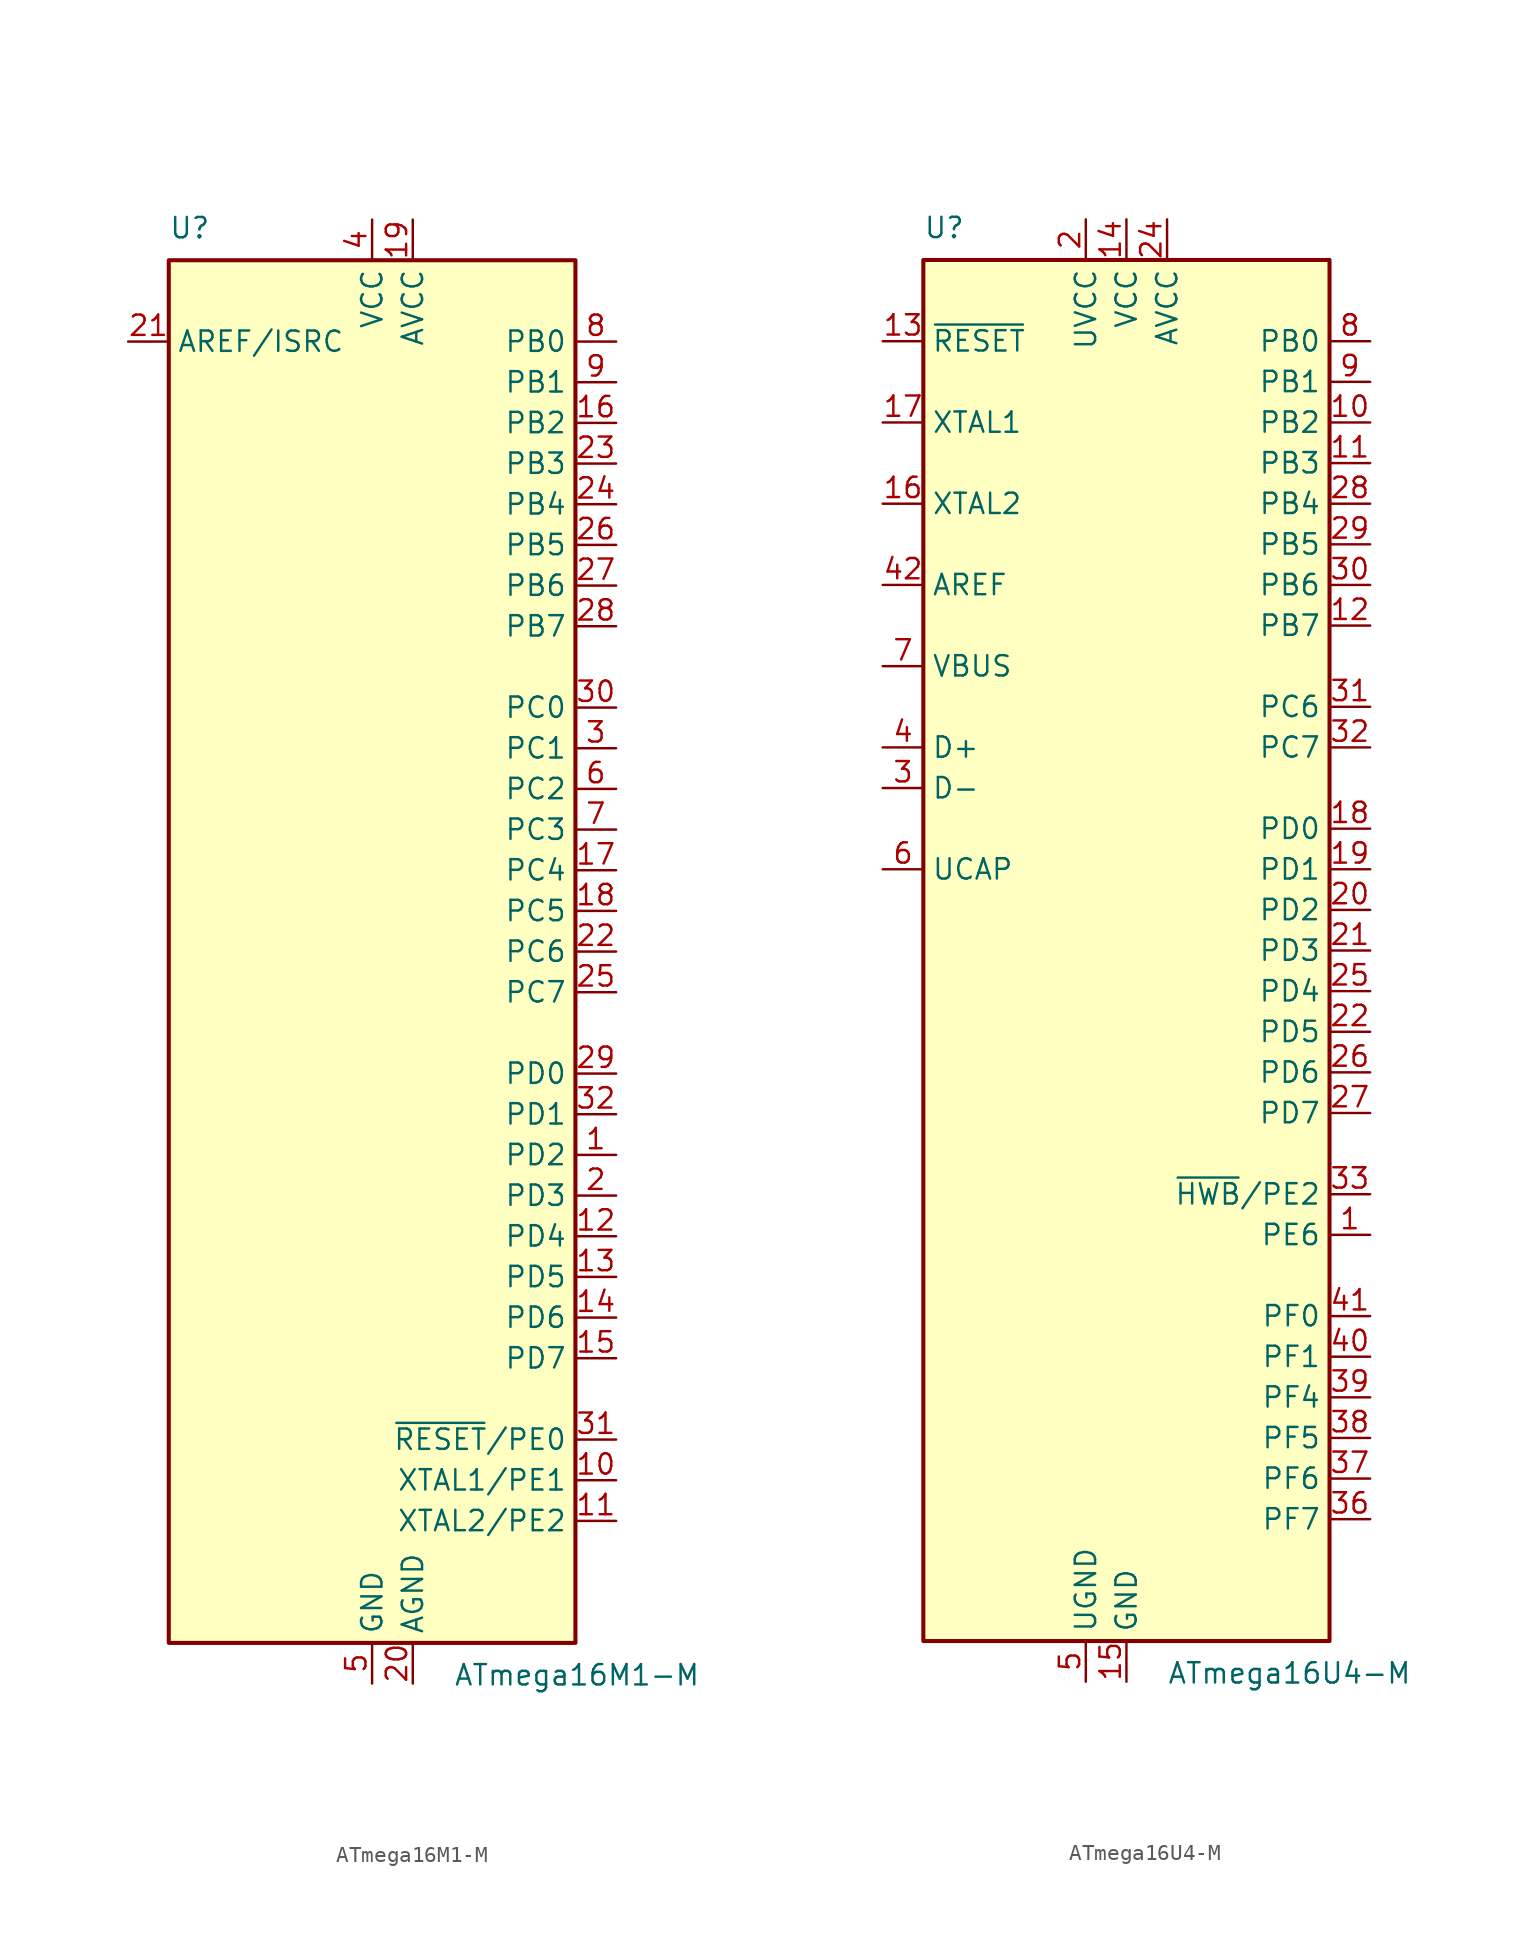
<source format=kicad_sym>
(kicad_symbol_lib
  (version 20211014)
  (generator kicad_symbol_editor)
  (symbol "ATmega16M1-M"
    (property "Reference" "U"
      (at -12.7 44.45 0)
      (effects (font (size 1.27 1.27)) (justify left bottom)))
    (property "Value" "ATmega16M1-M"
      (at 5.08 -44.45 0)
      (effects (font (size 1.27 1.27)) (justify left top)))
    (symbol "ATmega16M1-M_0_1"
      (rectangle (start -12.7 -43.18) (end 12.7 43.18) (stroke (width 0.254) (type default) (color 0 0 0 0)) (fill (type background))))
    (symbol "ATmega16M1-M_1_1"
      (pin bidirectional line (at 15.24 -12.7 180) (length 2.54) (name "PD2" (effects (font (size 1.27 1.27)))) (number "1" (effects (font (size 1.27 1.27)))))
      (pin bidirectional line (at 15.24 -33.02 180) (length 2.54) (name "XTAL1/PE1" (effects (font (size 1.27 1.27)))) (number "10" (effects (font (size 1.27 1.27)))))
      (pin bidirectional line (at 15.24 -35.56 180) (length 2.54) (name "XTAL2/PE2" (effects (font (size 1.27 1.27)))) (number "11" (effects (font (size 1.27 1.27)))))
      (pin bidirectional line (at 15.24 -17.78 180) (length 2.54) (name "PD4" (effects (font (size 1.27 1.27)))) (number "12" (effects (font (size 1.27 1.27)))))
      (pin bidirectional line (at 15.24 -20.32 180) (length 2.54) (name "PD5" (effects (font (size 1.27 1.27)))) (number "13" (effects (font (size 1.27 1.27)))))
      (pin bidirectional line (at 15.24 -22.86 180) (length 2.54) (name "PD6" (effects (font (size 1.27 1.27)))) (number "14" (effects (font (size 1.27 1.27)))))
      (pin bidirectional line (at 15.24 -25.4 180) (length 2.54) (name "PD7" (effects (font (size 1.27 1.27)))) (number "15" (effects (font (size 1.27 1.27)))))
      (pin bidirectional line (at 15.24 33.02 180) (length 2.54) (name "PB2" (effects (font (size 1.27 1.27)))) (number "16" (effects (font (size 1.27 1.27)))))
      (pin bidirectional line (at 15.24 5.08 180) (length 2.54) (name "PC4" (effects (font (size 1.27 1.27)))) (number "17" (effects (font (size 1.27 1.27)))))
      (pin bidirectional line (at 15.24 2.54 180) (length 2.54) (name "PC5" (effects (font (size 1.27 1.27)))) (number "18" (effects (font (size 1.27 1.27)))))
      (pin power_in line (at 2.54 45.72 270) (length 2.54) (name "AVCC" (effects (font (size 1.27 1.27)))) (number "19" (effects (font (size 1.27 1.27)))))
      (pin bidirectional line (at 15.24 -15.24 180) (length 2.54) (name "PD3" (effects (font (size 1.27 1.27)))) (number "2" (effects (font (size 1.27 1.27)))))
      (pin power_in line (at 2.54 -45.72 90) (length 2.54) (name "AGND" (effects (font (size 1.27 1.27)))) (number "20" (effects (font (size 1.27 1.27)))))
      (pin passive line (at -15.24 38.1 0) (length 2.54) (name "AREF/ISRC" (effects (font (size 1.27 1.27)))) (number "21" (effects (font (size 1.27 1.27)))))
      (pin bidirectional line (at 15.24 0 180) (length 2.54) (name "PC6" (effects (font (size 1.27 1.27)))) (number "22" (effects (font (size 1.27 1.27)))))
      (pin bidirectional line (at 15.24 30.48 180) (length 2.54) (name "PB3" (effects (font (size 1.27 1.27)))) (number "23" (effects (font (size 1.27 1.27)))))
      (pin bidirectional line (at 15.24 27.94 180) (length 2.54) (name "PB4" (effects (font (size 1.27 1.27)))) (number "24" (effects (font (size 1.27 1.27)))))
      (pin bidirectional line (at 15.24 -2.54 180) (length 2.54) (name "PC7" (effects (font (size 1.27 1.27)))) (number "25" (effects (font (size 1.27 1.27)))))
      (pin bidirectional line (at 15.24 25.4 180) (length 2.54) (name "PB5" (effects (font (size 1.27 1.27)))) (number "26" (effects (font (size 1.27 1.27)))))
      (pin bidirectional line (at 15.24 22.86 180) (length 2.54) (name "PB6" (effects (font (size 1.27 1.27)))) (number "27" (effects (font (size 1.27 1.27)))))
      (pin bidirectional line (at 15.24 20.32 180) (length 2.54) (name "PB7" (effects (font (size 1.27 1.27)))) (number "28" (effects (font (size 1.27 1.27)))))
      (pin bidirectional line (at 15.24 -7.62 180) (length 2.54) (name "PD0" (effects (font (size 1.27 1.27)))) (number "29" (effects (font (size 1.27 1.27)))))
      (pin bidirectional line (at 15.24 12.7 180) (length 2.54) (name "PC1" (effects (font (size 1.27 1.27)))) (number "3" (effects (font (size 1.27 1.27)))))
      (pin bidirectional line (at 15.24 15.24 180) (length 2.54) (name "PC0" (effects (font (size 1.27 1.27)))) (number "30" (effects (font (size 1.27 1.27)))))
      (pin bidirectional line (at 15.24 -30.48 180) (length 2.54) (name "~{RESET}/PE0" (effects (font (size 1.27 1.27)))) (number "31" (effects (font (size 1.27 1.27)))))
      (pin bidirectional line (at 15.24 -10.16 180) (length 2.54) (name "PD1" (effects (font (size 1.27 1.27)))) (number "32" (effects (font (size 1.27 1.27)))))
      (pin passive line (at 0 -45.72 90) (length 2.54) hide (name "GND" (effects (font (size 1.27 1.27)))) (number "33" (effects (font (size 1.27 1.27)))))
      (pin power_in line (at 0 45.72 270) (length 2.54) (name "VCC" (effects (font (size 1.27 1.27)))) (number "4" (effects (font (size 1.27 1.27)))))
      (pin power_in line (at 0 -45.72 90) (length 2.54) (name "GND" (effects (font (size 1.27 1.27)))) (number "5" (effects (font (size 1.27 1.27)))))
      (pin bidirectional line (at 15.24 10.16 180) (length 2.54) (name "PC2" (effects (font (size 1.27 1.27)))) (number "6" (effects (font (size 1.27 1.27)))))
      (pin bidirectional line (at 15.24 7.62 180) (length 2.54) (name "PC3" (effects (font (size 1.27 1.27)))) (number "7" (effects (font (size 1.27 1.27)))))
      (pin bidirectional line (at 15.24 38.1 180) (length 2.54) (name "PB0" (effects (font (size 1.27 1.27)))) (number "8" (effects (font (size 1.27 1.27)))))
      (pin bidirectional line (at 15.24 35.56 180) (length 2.54) (name "PB1" (effects (font (size 1.27 1.27)))) (number "9" (effects (font (size 1.27 1.27)))))))
  (symbol "ATmega16U4-M"
    (property "Reference" "U"
      (at -12.7 44.45 0)
      (effects (font (size 1.27 1.27)) (justify left bottom)))
    (property "Value" "ATmega16U4-M"
      (at 2.54 -44.45 0)
      (effects (font (size 1.27 1.27)) (justify left top)))
    (symbol "ATmega16U4-M_0_1"
      (rectangle (start -12.7 -43.18) (end 12.7 43.18) (stroke (width 0.254) (type default) (color 0 0 0 0)) (fill (type background))))
    (symbol "ATmega16U4-M_1_1"
      (pin bidirectional line (at 15.24 -17.78 180) (length 2.54) (name "PE6" (effects (font (size 1.27 1.27)))) (number "1" (effects (font (size 1.27 1.27)))))
      (pin bidirectional line (at 15.24 33.02 180) (length 2.54) (name "PB2" (effects (font (size 1.27 1.27)))) (number "10" (effects (font (size 1.27 1.27)))))
      (pin bidirectional line (at 15.24 30.48 180) (length 2.54) (name "PB3" (effects (font (size 1.27 1.27)))) (number "11" (effects (font (size 1.27 1.27)))))
      (pin bidirectional line (at 15.24 20.32 180) (length 2.54) (name "PB7" (effects (font (size 1.27 1.27)))) (number "12" (effects (font (size 1.27 1.27)))))
      (pin input line (at -15.24 38.1 0) (length 2.54) (name "~{RESET}" (effects (font (size 1.27 1.27)))) (number "13" (effects (font (size 1.27 1.27)))))
      (pin power_in line (at 0 45.72 270) (length 2.54) (name "VCC" (effects (font (size 1.27 1.27)))) (number "14" (effects (font (size 1.27 1.27)))))
      (pin power_in line (at 0 -45.72 90) (length 2.54) (name "GND" (effects (font (size 1.27 1.27)))) (number "15" (effects (font (size 1.27 1.27)))))
      (pin output line (at -15.24 27.94 0) (length 2.54) (name "XTAL2" (effects (font (size 1.27 1.27)))) (number "16" (effects (font (size 1.27 1.27)))))
      (pin input line (at -15.24 33.02 0) (length 2.54) (name "XTAL1" (effects (font (size 1.27 1.27)))) (number "17" (effects (font (size 1.27 1.27)))))
      (pin bidirectional line (at 15.24 7.62 180) (length 2.54) (name "PD0" (effects (font (size 1.27 1.27)))) (number "18" (effects (font (size 1.27 1.27)))))
      (pin bidirectional line (at 15.24 5.08 180) (length 2.54) (name "PD1" (effects (font (size 1.27 1.27)))) (number "19" (effects (font (size 1.27 1.27)))))
      (pin power_in line (at -2.54 45.72 270) (length 2.54) (name "UVCC" (effects (font (size 1.27 1.27)))) (number "2" (effects (font (size 1.27 1.27)))))
      (pin bidirectional line (at 15.24 2.54 180) (length 2.54) (name "PD2" (effects (font (size 1.27 1.27)))) (number "20" (effects (font (size 1.27 1.27)))))
      (pin bidirectional line (at 15.24 0 180) (length 2.54) (name "PD3" (effects (font (size 1.27 1.27)))) (number "21" (effects (font (size 1.27 1.27)))))
      (pin bidirectional line (at 15.24 -5.08 180) (length 2.54) (name "PD5" (effects (font (size 1.27 1.27)))) (number "22" (effects (font (size 1.27 1.27)))))
      (pin passive line (at 0 -45.72 90) (length 2.54) hide (name "GND" (effects (font (size 1.27 1.27)))) (number "23" (effects (font (size 1.27 1.27)))))
      (pin power_in line (at 2.54 45.72 270) (length 2.54) (name "AVCC" (effects (font (size 1.27 1.27)))) (number "24" (effects (font (size 1.27 1.27)))))
      (pin bidirectional line (at 15.24 -2.54 180) (length 2.54) (name "PD4" (effects (font (size 1.27 1.27)))) (number "25" (effects (font (size 1.27 1.27)))))
      (pin bidirectional line (at 15.24 -7.62 180) (length 2.54) (name "PD6" (effects (font (size 1.27 1.27)))) (number "26" (effects (font (size 1.27 1.27)))))
      (pin bidirectional line (at 15.24 -10.16 180) (length 2.54) (name "PD7" (effects (font (size 1.27 1.27)))) (number "27" (effects (font (size 1.27 1.27)))))
      (pin bidirectional line (at 15.24 27.94 180) (length 2.54) (name "PB4" (effects (font (size 1.27 1.27)))) (number "28" (effects (font (size 1.27 1.27)))))
      (pin bidirectional line (at 15.24 25.4 180) (length 2.54) (name "PB5" (effects (font (size 1.27 1.27)))) (number "29" (effects (font (size 1.27 1.27)))))
      (pin bidirectional line (at -15.24 10.16 0) (length 2.54) (name "D-" (effects (font (size 1.27 1.27)))) (number "3" (effects (font (size 1.27 1.27)))))
      (pin bidirectional line (at 15.24 22.86 180) (length 2.54) (name "PB6" (effects (font (size 1.27 1.27)))) (number "30" (effects (font (size 1.27 1.27)))))
      (pin bidirectional line (at 15.24 15.24 180) (length 2.54) (name "PC6" (effects (font (size 1.27 1.27)))) (number "31" (effects (font (size 1.27 1.27)))))
      (pin bidirectional line (at 15.24 12.7 180) (length 2.54) (name "PC7" (effects (font (size 1.27 1.27)))) (number "32" (effects (font (size 1.27 1.27)))))
      (pin bidirectional line (at 15.24 -15.24 180) (length 2.54) (name "~{HWB}/PE2" (effects (font (size 1.27 1.27)))) (number "33" (effects (font (size 1.27 1.27)))))
      (pin passive line (at 0 45.72 270) (length 2.54) hide (name "VCC" (effects (font (size 1.27 1.27)))) (number "34" (effects (font (size 1.27 1.27)))))
      (pin passive line (at 0 -45.72 90) (length 2.54) hide (name "GND" (effects (font (size 1.27 1.27)))) (number "35" (effects (font (size 1.27 1.27)))))
      (pin bidirectional line (at 15.24 -35.56 180) (length 2.54) (name "PF7" (effects (font (size 1.27 1.27)))) (number "36" (effects (font (size 1.27 1.27)))))
      (pin bidirectional line (at 15.24 -33.02 180) (length 2.54) (name "PF6" (effects (font (size 1.27 1.27)))) (number "37" (effects (font (size 1.27 1.27)))))
      (pin bidirectional line (at 15.24 -30.48 180) (length 2.54) (name "PF5" (effects (font (size 1.27 1.27)))) (number "38" (effects (font (size 1.27 1.27)))))
      (pin bidirectional line (at 15.24 -27.94 180) (length 2.54) (name "PF4" (effects (font (size 1.27 1.27)))) (number "39" (effects (font (size 1.27 1.27)))))
      (pin bidirectional line (at -15.24 12.7 0) (length 2.54) (name "D+" (effects (font (size 1.27 1.27)))) (number "4" (effects (font (size 1.27 1.27)))))
      (pin bidirectional line (at 15.24 -25.4 180) (length 2.54) (name "PF1" (effects (font (size 1.27 1.27)))) (number "40" (effects (font (size 1.27 1.27)))))
      (pin bidirectional line (at 15.24 -22.86 180) (length 2.54) (name "PF0" (effects (font (size 1.27 1.27)))) (number "41" (effects (font (size 1.27 1.27)))))
      (pin passive line (at -15.24 22.86 0) (length 2.54) (name "AREF" (effects (font (size 1.27 1.27)))) (number "42" (effects (font (size 1.27 1.27)))))
      (pin passive line (at 0 -45.72 90) (length 2.54) hide (name "GND" (effects (font (size 1.27 1.27)))) (number "43" (effects (font (size 1.27 1.27)))))
      (pin passive line (at 2.54 45.72 270) (length 2.54) hide (name "AVCC" (effects (font (size 1.27 1.27)))) (number "44" (effects (font (size 1.27 1.27)))))
      (pin passive line (at 0 -45.72 90) (length 2.54) hide (name "GND" (effects (font (size 1.27 1.27)))) (number "45" (effects (font (size 1.27 1.27)))))
      (pin passive line (at -2.54 -45.72 90) (length 2.54) (name "UGND" (effects (font (size 1.27 1.27)))) (number "5" (effects (font (size 1.27 1.27)))))
      (pin passive line (at -15.24 5.08 0) (length 2.54) (name "UCAP" (effects (font (size 1.27 1.27)))) (number "6" (effects (font (size 1.27 1.27)))))
      (pin input line (at -15.24 17.78 0) (length 2.54) (name "VBUS" (effects (font (size 1.27 1.27)))) (number "7" (effects (font (size 1.27 1.27)))))
      (pin bidirectional line (at 15.24 38.1 180) (length 2.54) (name "PB0" (effects (font (size 1.27 1.27)))) (number "8" (effects (font (size 1.27 1.27)))))
      (pin bidirectional line (at 15.24 35.56 180) (length 2.54) (name "PB1" (effects (font (size 1.27 1.27)))) (number "9" (effects (font (size 1.27 1.27))))))))
</source>
